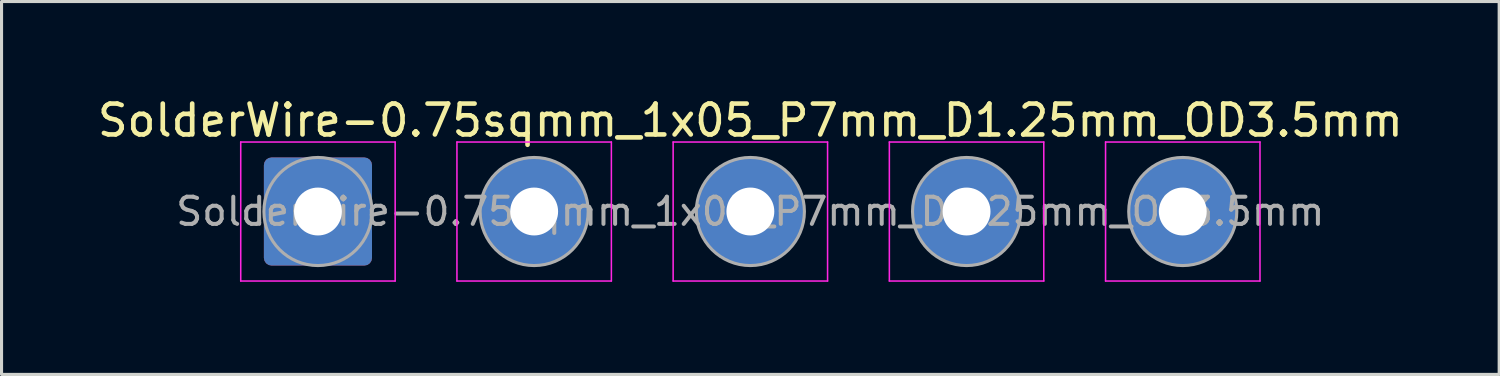
<source format=kicad_pcb>
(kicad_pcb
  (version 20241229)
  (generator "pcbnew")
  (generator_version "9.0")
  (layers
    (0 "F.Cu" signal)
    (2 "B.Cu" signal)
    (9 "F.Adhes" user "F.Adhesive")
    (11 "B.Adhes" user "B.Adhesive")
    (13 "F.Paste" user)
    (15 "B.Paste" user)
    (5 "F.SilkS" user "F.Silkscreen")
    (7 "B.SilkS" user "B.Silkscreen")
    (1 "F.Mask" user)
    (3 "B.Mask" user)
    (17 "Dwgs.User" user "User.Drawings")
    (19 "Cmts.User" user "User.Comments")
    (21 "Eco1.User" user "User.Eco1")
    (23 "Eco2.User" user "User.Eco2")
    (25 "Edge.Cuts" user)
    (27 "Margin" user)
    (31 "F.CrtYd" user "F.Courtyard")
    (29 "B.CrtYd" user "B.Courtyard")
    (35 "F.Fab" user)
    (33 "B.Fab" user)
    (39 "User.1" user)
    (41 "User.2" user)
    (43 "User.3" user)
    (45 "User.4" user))
  (footprint "SolderWire-0.75sqmm_1x05_P7mm_D1.25mm_OD3.5mm"
    (layer "F.Cu")
    (at 7.244 3.798)
    (property "Reference" "SolderWire-0.75sqmm_1x05_P7mm_D1.25mm_OD3.5mm" (at 14 -2.95 0) (layer "F.SilkS") (effects (font (size 1 1) (thickness 0.15))))
    (attr exclude_from_pos_files exclude_from_bom)
    (fp_line (start -2.5 -2.25) (end -2.5 2.25) (stroke (width 0.05) (type solid)) (layer "F.CrtYd"))
    (fp_line (start -2.5 2.25) (end 2.5 2.25) (stroke (width 0.05) (type solid)) (layer "F.CrtYd"))
    (fp_line (start 2.5 -2.25) (end -2.5 -2.25) (stroke (width 0.05) (type solid)) (layer "F.CrtYd"))
    (fp_line (start 2.5 2.25) (end 2.5 -2.25) (stroke (width 0.05) (type solid)) (layer "F.CrtYd"))
    (fp_line (start 4.5 -2.25) (end 4.5 2.25) (stroke (width 0.05) (type solid)) (layer "F.CrtYd"))
    (fp_line (start 4.5 2.25) (end 9.5 2.25) (stroke (width 0.05) (type solid)) (layer "F.CrtYd"))
    (fp_line (start 9.5 -2.25) (end 4.5 -2.25) (stroke (width 0.05) (type solid)) (layer "F.CrtYd"))
    (fp_line (start 9.5 2.25) (end 9.5 -2.25) (stroke (width 0.05) (type solid)) (layer "F.CrtYd"))
    (fp_line (start 11.5 -2.25) (end 11.5 2.25) (stroke (width 0.05) (type solid)) (layer "F.CrtYd"))
    (fp_line (start 11.5 2.25) (end 16.5 2.25) (stroke (width 0.05) (type solid)) (layer "F.CrtYd"))
    (fp_line (start 16.5 -2.25) (end 11.5 -2.25) (stroke (width 0.05) (type solid)) (layer "F.CrtYd"))
    (fp_line (start 16.5 2.25) (end 16.5 -2.25) (stroke (width 0.05) (type solid)) (layer "F.CrtYd"))
    (fp_line (start 18.5 -2.25) (end 18.5 2.25) (stroke (width 0.05) (type solid)) (layer "F.CrtYd"))
    (fp_line (start 18.5 2.25) (end 23.5 2.25) (stroke (width 0.05) (type solid)) (layer "F.CrtYd"))
    (fp_line (start 23.5 -2.25) (end 18.5 -2.25) (stroke (width 0.05) (type solid)) (layer "F.CrtYd"))
    (fp_line (start 23.5 2.25) (end 23.5 -2.25) (stroke (width 0.05) (type solid)) (layer "F.CrtYd"))
    (fp_line (start 25.5 -2.25) (end 25.5 2.25) (stroke (width 0.05) (type solid)) (layer "F.CrtYd"))
    (fp_line (start 25.5 2.25) (end 30.5 2.25) (stroke (width 0.05) (type solid)) (layer "F.CrtYd"))
    (fp_line (start 30.5 -2.25) (end 25.5 -2.25) (stroke (width 0.05) (type solid)) (layer "F.CrtYd"))
    (fp_line (start 30.5 2.25) (end 30.5 -2.25) (stroke (width 0.05) (type solid)) (layer "F.CrtYd"))
    (fp_circle (center 0 0) (end 1.75 0) (stroke (width 0.1) (type solid)) (fill no) (layer "F.Fab"))
    (fp_circle (center 7 0) (end 8.75 0) (stroke (width 0.1) (type solid)) (fill no) (layer "F.Fab"))
    (fp_circle (center 14 0) (end 15.75 0) (stroke (width 0.1) (type solid)) (fill no) (layer "F.Fab"))
    (fp_circle (center 21 0) (end 22.75 0) (stroke (width 0.1) (type solid)) (fill no) (layer "F.Fab"))
    (fp_circle (center 28 0) (end 29.75 0) (stroke (width 0.1) (type solid)) (fill no) (layer "F.Fab"))
    (fp_text user "${REFERENCE}" (at 14 0 0) (layer "F.Fab") (effects (font (size 0.88 0.88) (thickness 0.13))))
    (pad "1" thru_hole roundrect (at 0 0) (size 3.5 3.5) (drill 1.55) (layers "*.Cu" "*.Mask") (roundrect_rratio 0.071))
    (pad "2" thru_hole circle (at 7 0) (size 3.5 3.5) (drill 1.55) (layers "*.Cu" "*.Mask"))
    (pad "3" thru_hole circle (at 14 0) (size 3.5 3.5) (drill 1.55) (layers "*.Cu" "*.Mask"))
    (pad "4" thru_hole circle (at 21 0) (size 3.5 3.5) (drill 1.55) (layers "*.Cu" "*.Mask"))
    (pad "5" thru_hole circle (at 28 0) (size 3.5 3.5) (drill 1.55) (layers "*.Cu" "*.Mask")))
  (gr_rect
    (start -3 -3)
    (end 45.488 9.073)
    (stroke (width 0.1) (type default))
    (fill no)
    (layer "Edge.Cuts")))
</source>
